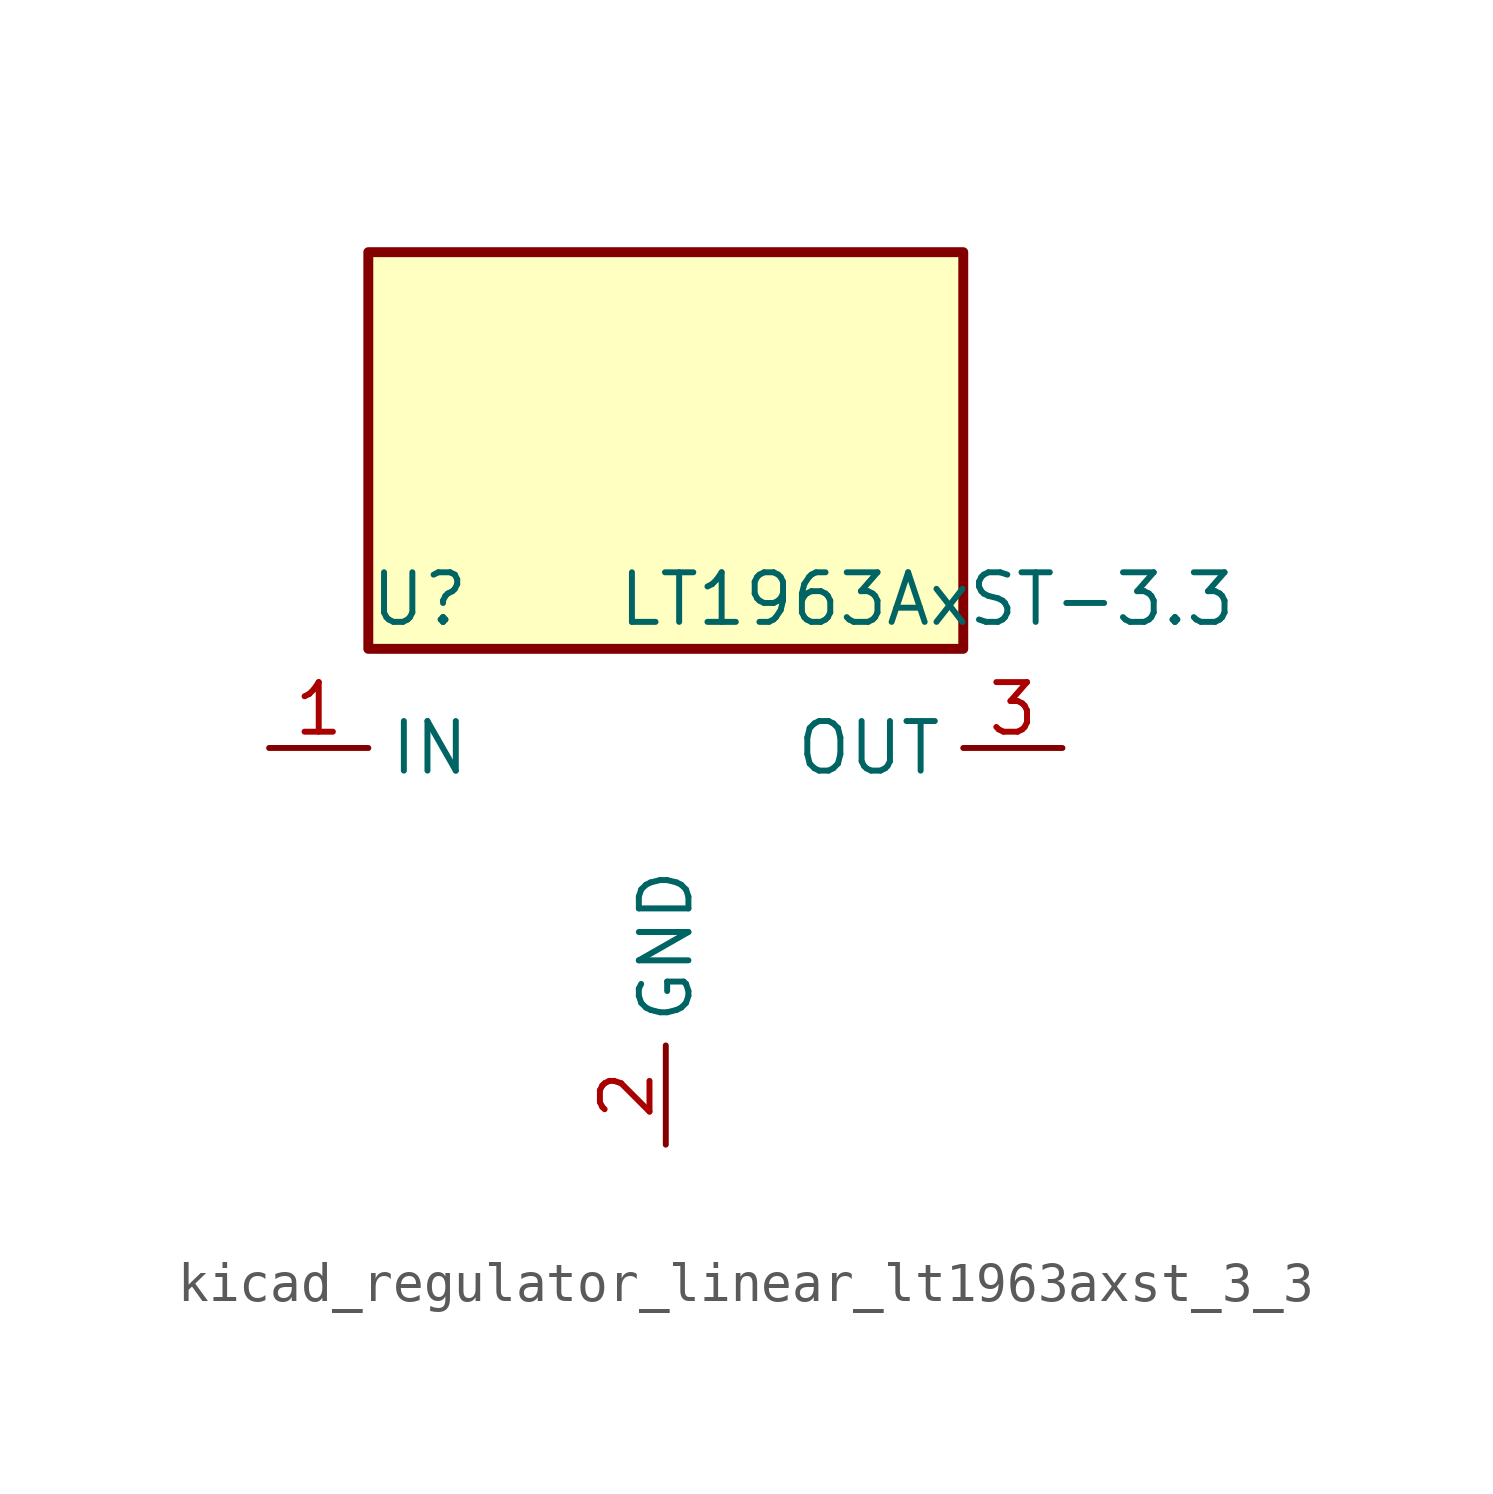
<source format=kicad_sym>
(kicad_symbol_lib
  (version 20220914)
  (generator kicad_symbol_editor)
  (symbol "kicad_regulator_linear_lt1963axst_3_3"
    (property "Reference" "U"
      (at -7.62 6.35 0)
      (effects (font (size 1.27 1.27)) (justify left)))
    (property "Value" "LT1963AxST-3.3"
      (at -1.27 6.35 0)
      (effects (font (size 1.27 1.27)) (justify left)))
    (symbol "kicad_regulator_linear_lt1963axst_3_3_0_1"
      (rectangle (start 7.62 15.24) (end -7.62 5.08) (stroke (width 0.254) (type default)) (fill (type background))))
    (symbol "kicad_regulator_linear_lt1963axst_3_3_1_1"
      (pin power_in line (at -10.16 2.54 0) (length 2.54) (name "IN" (effects (font (size 1.27 1.27)))) (number "1" (effects (font (size 1.27 1.27)))))
      (pin power_in line (at 0 -7.62 90) (length 2.54) (name "GND" (effects (font (size 1.27 1.27)))) (number "2" (effects (font (size 1.27 1.27)))))
      (pin power_out line (at 10.16 2.54 180) (length 2.54) (name "OUT" (effects (font (size 1.27 1.27)))) (number "3" (effects (font (size 1.27 1.27))))))))
</source>
